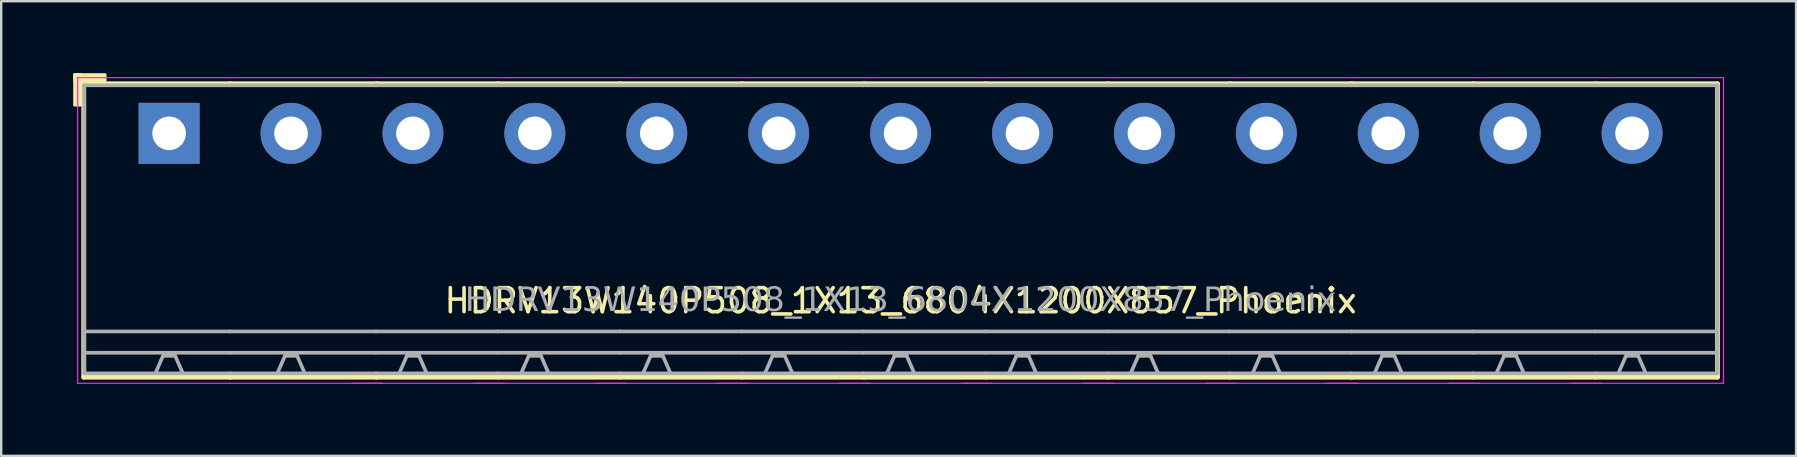
<source format=kicad_pcb>
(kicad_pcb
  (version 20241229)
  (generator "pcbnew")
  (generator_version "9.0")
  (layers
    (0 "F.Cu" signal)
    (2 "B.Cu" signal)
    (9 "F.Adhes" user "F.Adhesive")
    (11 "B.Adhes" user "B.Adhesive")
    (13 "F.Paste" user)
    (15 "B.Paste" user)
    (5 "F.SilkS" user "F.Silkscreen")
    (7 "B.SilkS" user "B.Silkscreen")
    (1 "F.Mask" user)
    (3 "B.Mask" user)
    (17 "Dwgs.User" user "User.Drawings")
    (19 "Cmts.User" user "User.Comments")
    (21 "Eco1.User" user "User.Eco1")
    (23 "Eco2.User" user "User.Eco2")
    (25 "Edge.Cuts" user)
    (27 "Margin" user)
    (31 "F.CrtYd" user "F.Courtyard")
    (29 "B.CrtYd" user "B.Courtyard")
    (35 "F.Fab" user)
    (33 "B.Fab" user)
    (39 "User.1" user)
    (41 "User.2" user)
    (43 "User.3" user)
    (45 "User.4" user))
  (footprint "HDRV13W140P508_1X13_6804X1200X857_Phoenix"
    (layer "F.Cu")
    (at 34.477 2.506)
    (property "Reference" "HDRV13W140P508_1X13_6804X1200X857_Phoenix" (at 0 6.975 0) (layer "F.SilkS") (effects (font (size 1 1) (thickness 0.15))))
    (attr through_hole)
    (fp_line (start -34.036 -2.065) (end -34.036 10.16) (stroke (width 0.203) (type solid)) (layer "F.SilkS"))
    (fp_line (start -34.036 10.16) (end -27.94 10.16) (stroke (width 0.203) (type solid)) (layer "F.SilkS"))
    (fp_line (start -27.94 -2.065) (end -34.036 -2.065) (stroke (width 0.203) (type solid)) (layer "F.SilkS"))
    (fp_line (start -27.94 -2.065) (end -21.844 -2.065) (stroke (width 0.203) (type solid)) (layer "F.SilkS"))
    (fp_line (start -21.844 -2.065) (end -16.764 -2.065) (stroke (width 0.203) (type solid)) (layer "F.SilkS"))
    (fp_line (start -21.844 10.16) (end -27.94 10.16) (stroke (width 0.203) (type solid)) (layer "F.SilkS"))
    (fp_line (start -16.764 -2.065) (end -11.684 -2.065) (stroke (width 0.203) (type solid)) (layer "F.SilkS"))
    (fp_line (start -16.764 10.16) (end -21.844 10.16) (stroke (width 0.203) (type solid)) (layer "F.SilkS"))
    (fp_line (start -11.684 -2.065) (end -6.604 -2.065) (stroke (width 0.203) (type solid)) (layer "F.SilkS"))
    (fp_line (start -11.684 10.16) (end -16.764 10.16) (stroke (width 0.203) (type solid)) (layer "F.SilkS"))
    (fp_line (start -6.604 -2.065) (end -1.524 -2.065) (stroke (width 0.203) (type solid)) (layer "F.SilkS"))
    (fp_line (start -6.604 10.16) (end -11.684 10.16) (stroke (width 0.203) (type solid)) (layer "F.SilkS"))
    (fp_line (start -1.524 -2.065) (end 3.556 -2.065) (stroke (width 0.203) (type solid)) (layer "F.SilkS"))
    (fp_line (start -1.524 10.16) (end -6.604 10.16) (stroke (width 0.203) (type solid)) (layer "F.SilkS"))
    (fp_line (start 3.556 -2.065) (end 8.636 -2.065) (stroke (width 0.203) (type solid)) (layer "F.SilkS"))
    (fp_line (start 3.556 10.16) (end -1.524 10.16) (stroke (width 0.203) (type solid)) (layer "F.SilkS"))
    (fp_line (start 8.636 -2.065) (end 13.716 -2.065) (stroke (width 0.203) (type solid)) (layer "F.SilkS"))
    (fp_line (start 8.636 10.16) (end 3.556 10.16) (stroke (width 0.203) (type solid)) (layer "F.SilkS"))
    (fp_line (start 13.716 -2.065) (end 18.796 -2.065) (stroke (width 0.203) (type solid)) (layer "F.SilkS"))
    (fp_line (start 13.716 10.16) (end 8.636 10.16) (stroke (width 0.203) (type solid)) (layer "F.SilkS"))
    (fp_line (start 18.796 -2.065) (end 23.876 -2.065) (stroke (width 0.203) (type solid)) (layer "F.SilkS"))
    (fp_line (start 18.796 10.16) (end 13.716 10.16) (stroke (width 0.203) (type solid)) (layer "F.SilkS"))
    (fp_line (start 23.876 -2.065) (end 28.956 -2.065) (stroke (width 0.203) (type solid)) (layer "F.SilkS"))
    (fp_line (start 23.876 10.16) (end 18.796 10.16) (stroke (width 0.203) (type solid)) (layer "F.SilkS"))
    (fp_line (start 28.956 -2.065) (end 34.036 -2.065) (stroke (width 0.203) (type solid)) (layer "F.SilkS"))
    (fp_line (start 28.956 10.16) (end 23.876 10.16) (stroke (width 0.203) (type solid)) (layer "F.SilkS"))
    (fp_line (start 34.036 -2.065) (end 34.036 10.16) (stroke (width 0.203) (type solid)) (layer "F.SilkS"))
    (fp_line (start 34.036 10.16) (end 28.956 10.16) (stroke (width 0.203) (type solid)) (layer "F.SilkS"))
    (fp_rect (start -34.417 -2.446) (end -34.163 -1.176) (stroke (width 0.12) (type solid)) (fill yes) (layer "F.SilkS"))
    (fp_rect (start -34.417 -2.446) (end -33.147 -2.192) (stroke (width 0.12) (type solid)) (fill yes) (layer "F.SilkS"))
    (fp_line (start -34.29 10.414) (end -34.29 -2.319) (stroke (width 0.05) (type solid)) (layer "F.CrtYd"))
    (fp_line (start -27.94 -2.319) (end -34.29 -2.319) (stroke (width 0.05) (type solid)) (layer "F.CrtYd"))
    (fp_line (start -27.94 -2.319) (end -21.59 -2.319) (stroke (width 0.05) (type solid)) (layer "F.CrtYd"))
    (fp_line (start -27.94 10.414) (end -34.29 10.414) (stroke (width 0.05) (type solid)) (layer "F.CrtYd"))
    (fp_line (start -27.94 10.414) (end -21.59 10.414) (stroke (width 0.05) (type solid)) (layer "F.CrtYd"))
    (fp_line (start -22.86 10.414) (end -16.51 10.414) (stroke (width 0.05) (type solid)) (layer "F.CrtYd"))
    (fp_line (start -21.59 -2.319) (end -16.51 -2.319) (stroke (width 0.05) (type solid)) (layer "F.CrtYd"))
    (fp_line (start -17.78 10.414) (end -11.43 10.414) (stroke (width 0.05) (type solid)) (layer "F.CrtYd"))
    (fp_line (start -16.51 -2.319) (end -11.43 -2.319) (stroke (width 0.05) (type solid)) (layer "F.CrtYd"))
    (fp_line (start -12.7 10.414) (end -6.35 10.414) (stroke (width 0.05) (type solid)) (layer "F.CrtYd"))
    (fp_line (start -11.43 -2.319) (end -6.35 -2.319) (stroke (width 0.05) (type solid)) (layer "F.CrtYd"))
    (fp_line (start -7.62 10.414) (end -1.27 10.414) (stroke (width 0.05) (type solid)) (layer "F.CrtYd"))
    (fp_line (start -6.35 -2.319) (end -1.27 -2.319) (stroke (width 0.05) (type solid)) (layer "F.CrtYd"))
    (fp_line (start -2.54 10.414) (end 3.81 10.414) (stroke (width 0.05) (type solid)) (layer "F.CrtYd"))
    (fp_line (start -1.27 -2.319) (end 3.81 -2.319) (stroke (width 0.05) (type solid)) (layer "F.CrtYd"))
    (fp_line (start 2.54 10.414) (end 8.89 10.414) (stroke (width 0.05) (type solid)) (layer "F.CrtYd"))
    (fp_line (start 3.81 -2.319) (end 8.89 -2.319) (stroke (width 0.05) (type solid)) (layer "F.CrtYd"))
    (fp_line (start 7.62 10.414) (end 13.97 10.414) (stroke (width 0.05) (type solid)) (layer "F.CrtYd"))
    (fp_line (start 8.89 -2.319) (end 13.97 -2.319) (stroke (width 0.05) (type solid)) (layer "F.CrtYd"))
    (fp_line (start 12.7 10.414) (end 19.05 10.414) (stroke (width 0.05) (type solid)) (layer "F.CrtYd"))
    (fp_line (start 13.97 -2.319) (end 19.05 -2.319) (stroke (width 0.05) (type solid)) (layer "F.CrtYd"))
    (fp_line (start 17.78 10.414) (end 24.13 10.414) (stroke (width 0.05) (type solid)) (layer "F.CrtYd"))
    (fp_line (start 19.05 -2.319) (end 24.13 -2.319) (stroke (width 0.05) (type solid)) (layer "F.CrtYd"))
    (fp_line (start 22.86 10.414) (end 29.21 10.414) (stroke (width 0.05) (type solid)) (layer "F.CrtYd"))
    (fp_line (start 24.13 -2.319) (end 29.21 -2.319) (stroke (width 0.05) (type solid)) (layer "F.CrtYd"))
    (fp_line (start 27.94 10.414) (end 34.29 10.414) (stroke (width 0.05) (type solid)) (layer "F.CrtYd"))
    (fp_line (start 29.21 -2.319) (end 34.29 -2.319) (stroke (width 0.05) (type solid)) (layer "F.CrtYd"))
    (fp_line (start 34.29 10.414) (end 34.29 -2.319) (stroke (width 0.05) (type solid)) (layer "F.CrtYd"))
    (fp_line (start -34.02 -2) (end -34.02 10) (stroke (width 0.152) (type solid)) (layer "F.Fab"))
    (fp_line (start -30.734 9.271) (end -31.052 10) (stroke (width 0.152) (type default)) (layer "F.Fab"))
    (fp_line (start -30.226 9.271) (end -30.734 9.271) (stroke (width 0.152) (type default)) (layer "F.Fab"))
    (fp_line (start -30.226 9.271) (end -29.909 10) (stroke (width 0.152) (type default)) (layer "F.Fab"))
    (fp_line (start -27.94 -2) (end -34.02 -2) (stroke (width 0.152) (type solid)) (layer "F.Fab"))
    (fp_line (start -27.94 -2) (end -21.86 -2) (stroke (width 0.152) (type solid)) (layer "F.Fab"))
    (fp_line (start -27.94 8.255) (end -34.02 8.255) (stroke (width 0.152) (type solid)) (layer "F.Fab"))
    (fp_line (start -27.94 8.255) (end -21.86 8.255) (stroke (width 0.152) (type solid)) (layer "F.Fab"))
    (fp_line (start -27.94 9.144) (end -34.02 9.144) (stroke (width 0.152) (type solid)) (layer "F.Fab"))
    (fp_line (start -27.94 9.144) (end -21.86 9.144) (stroke (width 0.152) (type solid)) (layer "F.Fab"))
    (fp_line (start -27.94 10) (end -34.02 10) (stroke (width 0.152) (type solid)) (layer "F.Fab"))
    (fp_line (start -27.94 10) (end -21.86 10) (stroke (width 0.152) (type solid)) (layer "F.Fab"))
    (fp_line (start -25.654 9.271) (end -25.971 10) (stroke (width 0.152) (type default)) (layer "F.Fab"))
    (fp_line (start -25.146 9.271) (end -25.654 9.271) (stroke (width 0.152) (type default)) (layer "F.Fab"))
    (fp_line (start -25.146 9.271) (end -24.828 10) (stroke (width 0.152) (type default)) (layer "F.Fab"))
    (fp_line (start -21.86 -2) (end -16.78 -2) (stroke (width 0.152) (type solid)) (layer "F.Fab"))
    (fp_line (start -21.86 8.255) (end -16.78 8.255) (stroke (width 0.152) (type solid)) (layer "F.Fab"))
    (fp_line (start -21.86 9.144) (end -16.78 9.144) (stroke (width 0.152) (type solid)) (layer "F.Fab"))
    (fp_line (start -21.86 10) (end -16.78 10) (stroke (width 0.152) (type solid)) (layer "F.Fab"))
    (fp_line (start -20.574 9.271) (end -20.892 10) (stroke (width 0.152) (type default)) (layer "F.Fab"))
    (fp_line (start -20.066 9.271) (end -20.574 9.271) (stroke (width 0.152) (type default)) (layer "F.Fab"))
    (fp_line (start -20.066 9.271) (end -19.748 10) (stroke (width 0.152) (type default)) (layer "F.Fab"))
    (fp_line (start -16.78 -2) (end -11.7 -2) (stroke (width 0.152) (type solid)) (layer "F.Fab"))
    (fp_line (start -16.78 8.255) (end -11.7 8.255) (stroke (width 0.152) (type solid)) (layer "F.Fab"))
    (fp_line (start -16.78 9.144) (end -11.7 9.144) (stroke (width 0.152) (type solid)) (layer "F.Fab"))
    (fp_line (start -16.78 10) (end -11.7 10) (stroke (width 0.152) (type solid)) (layer "F.Fab"))
    (fp_line (start -15.494 9.271) (end -15.812 10) (stroke (width 0.152) (type default)) (layer "F.Fab"))
    (fp_line (start -14.986 9.271) (end -15.494 9.271) (stroke (width 0.152) (type default)) (layer "F.Fab"))
    (fp_line (start -14.986 9.271) (end -14.668 10) (stroke (width 0.152) (type default)) (layer "F.Fab"))
    (fp_line (start -11.7 -2) (end -6.62 -2) (stroke (width 0.152) (type solid)) (layer "F.Fab"))
    (fp_line (start -11.7 8.255) (end -6.62 8.255) (stroke (width 0.152) (type solid)) (layer "F.Fab"))
    (fp_line (start -11.7 9.144) (end -6.62 9.144) (stroke (width 0.152) (type solid)) (layer "F.Fab"))
    (fp_line (start -11.7 10) (end -6.62 10) (stroke (width 0.152) (type solid)) (layer "F.Fab"))
    (fp_line (start -10.414 9.271) (end -10.732 10) (stroke (width 0.152) (type default)) (layer "F.Fab"))
    (fp_line (start -9.906 9.271) (end -10.414 9.271) (stroke (width 0.152) (type default)) (layer "F.Fab"))
    (fp_line (start -9.906 9.271) (end -9.588 10) (stroke (width 0.152) (type default)) (layer "F.Fab"))
    (fp_line (start -6.62 -2) (end -1.54 -2) (stroke (width 0.152) (type solid)) (layer "F.Fab"))
    (fp_line (start -6.62 8.255) (end -1.54 8.255) (stroke (width 0.152) (type solid)) (layer "F.Fab"))
    (fp_line (start -6.62 9.144) (end -1.54 9.144) (stroke (width 0.152) (type solid)) (layer "F.Fab"))
    (fp_line (start -6.62 10) (end -1.54 10) (stroke (width 0.152) (type solid)) (layer "F.Fab"))
    (fp_line (start -5.334 9.271) (end -5.652 10) (stroke (width 0.152) (type default)) (layer "F.Fab"))
    (fp_line (start -4.826 9.271) (end -5.334 9.271) (stroke (width 0.152) (type default)) (layer "F.Fab"))
    (fp_line (start -4.826 9.271) (end -4.508 10) (stroke (width 0.152) (type default)) (layer "F.Fab"))
    (fp_line (start -1.54 -2) (end 3.54 -2) (stroke (width 0.152) (type solid)) (layer "F.Fab"))
    (fp_line (start -1.54 8.255) (end 3.54 8.255) (stroke (width 0.152) (type solid)) (layer "F.Fab"))
    (fp_line (start -1.54 9.144) (end 3.54 9.144) (stroke (width 0.152) (type solid)) (layer "F.Fab"))
    (fp_line (start -1.54 10) (end 3.54 10) (stroke (width 0.152) (type solid)) (layer "F.Fab"))
    (fp_line (start -0.254 9.271) (end -0.572 10) (stroke (width 0.152) (type default)) (layer "F.Fab"))
    (fp_line (start 0.254 9.271) (end -0.254 9.271) (stroke (width 0.152) (type default)) (layer "F.Fab"))
    (fp_line (start 0.254 9.271) (end 0.572 10) (stroke (width 0.152) (type default)) (layer "F.Fab"))
    (fp_line (start 3.54 -2) (end 8.62 -2) (stroke (width 0.152) (type solid)) (layer "F.Fab"))
    (fp_line (start 3.54 8.255) (end 8.62 8.255) (stroke (width 0.152) (type solid)) (layer "F.Fab"))
    (fp_line (start 3.54 9.144) (end 8.62 9.144) (stroke (width 0.152) (type solid)) (layer "F.Fab"))
    (fp_line (start 3.54 10) (end 8.62 10) (stroke (width 0.152) (type solid)) (layer "F.Fab"))
    (fp_line (start 4.826 9.271) (end 4.508 10) (stroke (width 0.152) (type default)) (layer "F.Fab"))
    (fp_line (start 5.334 9.271) (end 4.826 9.271) (stroke (width 0.152) (type default)) (layer "F.Fab"))
    (fp_line (start 5.334 9.271) (end 5.652 10) (stroke (width 0.152) (type default)) (layer "F.Fab"))
    (fp_line (start 8.62 -2) (end 13.7 -2) (stroke (width 0.152) (type solid)) (layer "F.Fab"))
    (fp_line (start 8.62 8.255) (end 13.7 8.255) (stroke (width 0.152) (type solid)) (layer "F.Fab"))
    (fp_line (start 8.62 9.144) (end 13.7 9.144) (stroke (width 0.152) (type solid)) (layer "F.Fab"))
    (fp_line (start 8.62 10) (end 13.7 10) (stroke (width 0.152) (type solid)) (layer "F.Fab"))
    (fp_line (start 9.906 9.271) (end 9.588 10) (stroke (width 0.152) (type default)) (layer "F.Fab"))
    (fp_line (start 10.414 9.271) (end 9.906 9.271) (stroke (width 0.152) (type default)) (layer "F.Fab"))
    (fp_line (start 10.414 9.271) (end 10.732 10) (stroke (width 0.152) (type default)) (layer "F.Fab"))
    (fp_line (start 13.7 -2) (end 18.78 -2) (stroke (width 0.152) (type solid)) (layer "F.Fab"))
    (fp_line (start 13.7 8.255) (end 18.78 8.255) (stroke (width 0.152) (type solid)) (layer "F.Fab"))
    (fp_line (start 13.7 9.144) (end 18.78 9.144) (stroke (width 0.152) (type solid)) (layer "F.Fab"))
    (fp_line (start 13.7 10) (end 18.78 10) (stroke (width 0.152) (type solid)) (layer "F.Fab"))
    (fp_line (start 14.986 9.271) (end 14.668 10) (stroke (width 0.152) (type default)) (layer "F.Fab"))
    (fp_line (start 15.494 9.271) (end 14.986 9.271) (stroke (width 0.152) (type default)) (layer "F.Fab"))
    (fp_line (start 15.494 9.271) (end 15.812 10) (stroke (width 0.152) (type default)) (layer "F.Fab"))
    (fp_line (start 18.78 -2) (end 23.86 -2) (stroke (width 0.152) (type solid)) (layer "F.Fab"))
    (fp_line (start 18.78 8.255) (end 23.86 8.255) (stroke (width 0.152) (type solid)) (layer "F.Fab"))
    (fp_line (start 18.78 9.144) (end 23.86 9.144) (stroke (width 0.152) (type solid)) (layer "F.Fab"))
    (fp_line (start 18.78 10) (end 23.86 10) (stroke (width 0.152) (type solid)) (layer "F.Fab"))
    (fp_line (start 20.066 9.271) (end 19.748 10) (stroke (width 0.152) (type default)) (layer "F.Fab"))
    (fp_line (start 20.574 9.271) (end 20.066 9.271) (stroke (width 0.152) (type default)) (layer "F.Fab"))
    (fp_line (start 20.574 9.271) (end 20.892 10) (stroke (width 0.152) (type default)) (layer "F.Fab"))
    (fp_line (start 23.86 -2) (end 28.94 -2) (stroke (width 0.152) (type solid)) (layer "F.Fab"))
    (fp_line (start 23.86 8.255) (end 28.94 8.255) (stroke (width 0.152) (type solid)) (layer "F.Fab"))
    (fp_line (start 23.86 9.144) (end 28.94 9.144) (stroke (width 0.152) (type solid)) (layer "F.Fab"))
    (fp_line (start 23.86 10) (end 28.94 10) (stroke (width 0.152) (type solid)) (layer "F.Fab"))
    (fp_line (start 25.146 9.271) (end 24.828 10) (stroke (width 0.152) (type default)) (layer "F.Fab"))
    (fp_line (start 25.654 9.271) (end 25.146 9.271) (stroke (width 0.152) (type default)) (layer "F.Fab"))
    (fp_line (start 25.654 9.271) (end 25.971 10) (stroke (width 0.152) (type default)) (layer "F.Fab"))
    (fp_line (start 28.94 -2) (end 34.02 -2) (stroke (width 0.152) (type solid)) (layer "F.Fab"))
    (fp_line (start 28.94 8.255) (end 34.02 8.255) (stroke (width 0.152) (type solid)) (layer "F.Fab"))
    (fp_line (start 28.94 9.144) (end 34.02 9.144) (stroke (width 0.152) (type solid)) (layer "F.Fab"))
    (fp_line (start 28.94 10) (end 34.02 10) (stroke (width 0.152) (type solid)) (layer "F.Fab"))
    (fp_line (start 30.226 9.271) (end 29.909 10) (stroke (width 0.152) (type default)) (layer "F.Fab"))
    (fp_line (start 30.734 9.271) (end 30.226 9.271) (stroke (width 0.152) (type default)) (layer "F.Fab"))
    (fp_line (start 30.734 9.271) (end 31.052 10) (stroke (width 0.152) (type default)) (layer "F.Fab"))
    (fp_line (start 34.02 -2) (end 34.02 10) (stroke (width 0.152) (type solid)) (layer "F.Fab"))
    (fp_rect (start -30.734 -0.254) (end -30.226 0.254) (stroke (width 0.152) (type solid)) (fill no) (layer "F.Fab"))
    (fp_rect (start -25.146 -0.254) (end -25.654 0.254) (stroke (width 0.152) (type solid)) (fill no) (layer "F.Fab"))
    (fp_rect (start -20.066 -0.254) (end -20.574 0.254) (stroke (width 0.152) (type solid)) (fill no) (layer "F.Fab"))
    (fp_rect (start -14.986 -0.254) (end -15.494 0.254) (stroke (width 0.152) (type solid)) (fill no) (layer "F.Fab"))
    (fp_rect (start -9.906 -0.254) (end -10.414 0.254) (stroke (width 0.152) (type solid)) (fill no) (layer "F.Fab"))
    (fp_rect (start -4.826 -0.254) (end -5.334 0.254) (stroke (width 0.152) (type solid)) (fill no) (layer "F.Fab"))
    (fp_rect (start 0.254 -0.254) (end -0.254 0.254) (stroke (width 0.152) (type solid)) (fill no) (layer "F.Fab"))
    (fp_rect (start 5.334 -0.254) (end 4.826 0.254) (stroke (width 0.152) (type solid)) (fill no) (layer "F.Fab"))
    (fp_rect (start 10.414 -0.254) (end 9.906 0.254) (stroke (width 0.152) (type solid)) (fill no) (layer "F.Fab"))
    (fp_rect (start 15.494 -0.254) (end 14.986 0.254) (stroke (width 0.152) (type solid)) (fill no) (layer "F.Fab"))
    (fp_rect (start 20.574 -0.254) (end 20.066 0.254) (stroke (width 0.152) (type solid)) (fill no) (layer "F.Fab"))
    (fp_rect (start 25.654 -0.254) (end 25.146 0.254) (stroke (width 0.152) (type solid)) (fill no) (layer "F.Fab"))
    (fp_rect (start 30.734 -0.254) (end 30.226 0.254) (stroke (width 0.152) (type solid)) (fill no) (layer "F.Fab"))
    (fp_text user "${REFERENCE}" (at 0 6.985 0) (layer "F.Fab") (effects (font (face "Tahoma") (size 1 1) (thickness 0.15))))
    (pad "1" thru_hole rect (at -30.48 0) (size 2.54 2.54) (drill 1.4) (layers "*.Cu" "*.Mask"))
    (pad "2" thru_hole circle (at -25.4 0) (size 2.54 2.54) (drill 1.4) (layers "*.Cu" "*.Mask"))
    (pad "3" thru_hole circle (at -20.32 0) (size 2.54 2.54) (drill 1.4) (layers "*.Cu" "*.Mask"))
    (pad "4" thru_hole circle (at -15.24 0) (size 2.54 2.54) (drill 1.4) (layers "*.Cu" "*.Mask"))
    (pad "5" thru_hole circle (at -10.16 0) (size 2.54 2.54) (drill 1.4) (layers "*.Cu" "*.Mask"))
    (pad "6" thru_hole circle (at -5.08 0) (size 2.54 2.54) (drill 1.4) (layers "*.Cu" "*.Mask"))
    (pad "7" thru_hole circle (at 0 0) (size 2.54 2.54) (drill 1.4) (layers "*.Cu" "*.Mask"))
    (pad "8" thru_hole circle (at 5.08 0) (size 2.54 2.54) (drill 1.4) (layers "*.Cu" "*.Mask"))
    (pad "9" thru_hole circle (at 10.16 0) (size 2.54 2.54) (drill 1.4) (layers "*.Cu" "*.Mask"))
    (pad "10" thru_hole circle (at 15.24 0) (size 2.54 2.54) (drill 1.4) (layers "*.Cu" "*.Mask"))
    (pad "11" thru_hole circle (at 20.32 0) (size 2.54 2.54) (drill 1.4) (layers "*.Cu" "*.Mask"))
    (pad "12" thru_hole circle (at 25.4 0) (size 2.54 2.54) (drill 1.4) (layers "*.Cu" "*.Mask"))
    (pad "13" thru_hole circle (at 30.48 0) (size 2.54 2.54) (drill 1.4) (layers "*.Cu" "*.Mask")))
  (gr_rect
    (start -3 -3)
    (end 71.792 15.945)
    (stroke (width 0.1) (type default))
    (fill no)
    (layer "Edge.Cuts")))
</source>
